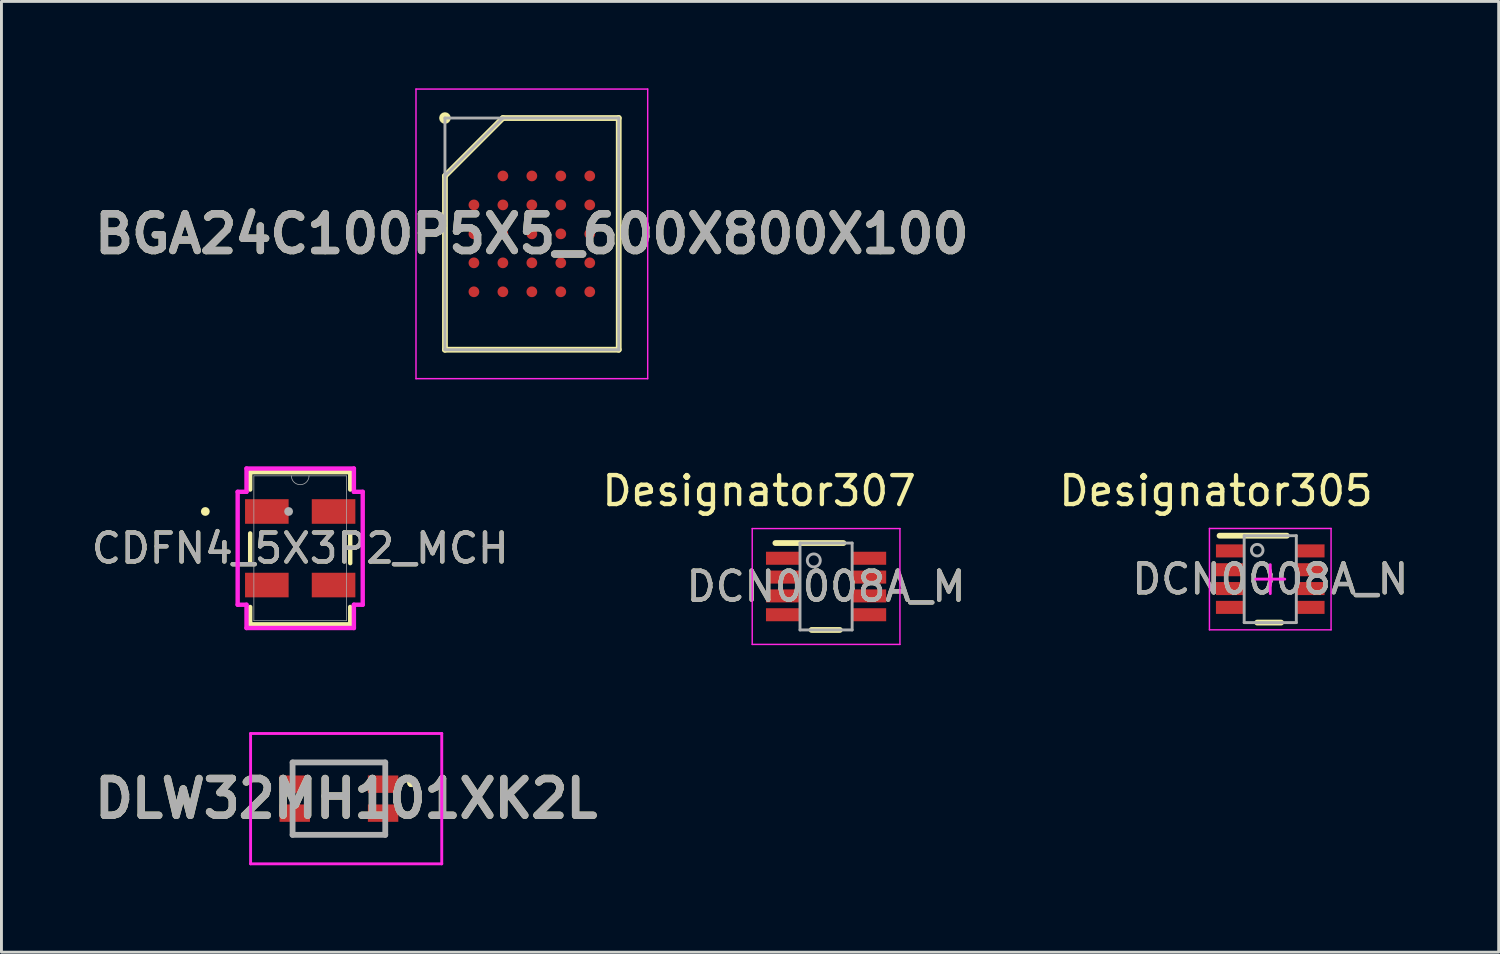
<source format=kicad_pcb>
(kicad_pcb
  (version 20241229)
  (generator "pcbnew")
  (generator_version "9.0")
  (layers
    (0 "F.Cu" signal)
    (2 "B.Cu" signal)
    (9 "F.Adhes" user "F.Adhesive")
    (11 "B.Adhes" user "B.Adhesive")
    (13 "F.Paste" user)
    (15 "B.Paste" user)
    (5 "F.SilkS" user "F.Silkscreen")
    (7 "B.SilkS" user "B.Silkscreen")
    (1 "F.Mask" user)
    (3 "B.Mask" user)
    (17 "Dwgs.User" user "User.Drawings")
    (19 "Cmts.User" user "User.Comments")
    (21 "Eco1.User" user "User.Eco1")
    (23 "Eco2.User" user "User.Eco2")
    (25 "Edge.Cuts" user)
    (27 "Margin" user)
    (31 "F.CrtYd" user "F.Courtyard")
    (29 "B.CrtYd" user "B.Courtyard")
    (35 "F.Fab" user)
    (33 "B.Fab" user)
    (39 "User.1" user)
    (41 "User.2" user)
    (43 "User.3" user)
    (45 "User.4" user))
  (footprint "CDFN4_5X3P2_MCH"
    (layer "F.Cu")
    (at 7.315 15.88)
    (property "Reference" "CDFN4_5X3P2_MCH" (at 0 0 0) (unlocked yes) (layer "F.SilkS") (effects (font (size 1 1) (thickness 0.15))))
    (attr smd)
    (fp_line (start -1.727 -2.627) (end -1.727 -2.027) (stroke (width 0.152) (type solid)) (layer "F.SilkS"))
    (fp_line (start -1.727 -0.513) (end -1.727 0.513) (stroke (width 0.152) (type solid)) (layer "F.SilkS"))
    (fp_line (start -1.727 2.027) (end -1.727 2.627) (stroke (width 0.152) (type solid)) (layer "F.SilkS"))
    (fp_line (start -1.727 2.627) (end 1.727 2.627) (stroke (width 0.152) (type solid)) (layer "F.SilkS"))
    (fp_line (start 1.727 -2.627) (end -1.727 -2.627) (stroke (width 0.152) (type solid)) (layer "F.SilkS"))
    (fp_line (start 1.727 -2.027) (end 1.727 -2.627) (stroke (width 0.152) (type solid)) (layer "F.SilkS"))
    (fp_line (start 1.727 0.513) (end 1.727 -0.513) (stroke (width 0.152) (type solid)) (layer "F.SilkS"))
    (fp_line (start 1.727 2.627) (end 1.727 2.027) (stroke (width 0.152) (type solid)) (layer "F.SilkS"))
    (fp_circle (center -3.276 -1.27) (end -3.2 -1.27) (stroke (width 0.152) (type solid)) (fill no) (layer "F.SilkS"))
    (fp_line (start -2.159 -1.949) (end -1.854 -1.949) (stroke (width 0.152) (type solid)) (layer "F.CrtYd"))
    (fp_line (start -2.159 1.949) (end -2.159 -1.949) (stroke (width 0.152) (type solid)) (layer "F.CrtYd"))
    (fp_line (start -2.159 1.949) (end -1.854 1.949) (stroke (width 0.152) (type solid)) (layer "F.CrtYd"))
    (fp_line (start -1.854 -2.754) (end 1.854 -2.754) (stroke (width 0.152) (type solid)) (layer "F.CrtYd"))
    (fp_line (start -1.854 -1.949) (end -1.854 -2.754) (stroke (width 0.152) (type solid)) (layer "F.CrtYd"))
    (fp_line (start -1.854 2.754) (end -1.854 1.949) (stroke (width 0.152) (type solid)) (layer "F.CrtYd"))
    (fp_line (start 1.854 -2.754) (end 1.854 -1.949) (stroke (width 0.152) (type solid)) (layer "F.CrtYd"))
    (fp_line (start 1.854 1.949) (end 1.854 2.754) (stroke (width 0.152) (type solid)) (layer "F.CrtYd"))
    (fp_line (start 1.854 2.754) (end -1.854 2.754) (stroke (width 0.152) (type solid)) (layer "F.CrtYd"))
    (fp_line (start 2.159 -1.949) (end 1.854 -1.949) (stroke (width 0.152) (type solid)) (layer "F.CrtYd"))
    (fp_line (start 2.159 -1.949) (end 2.159 1.949) (stroke (width 0.152) (type solid)) (layer "F.CrtYd"))
    (fp_line (start 2.159 1.949) (end 1.854 1.949) (stroke (width 0.152) (type solid)) (layer "F.CrtYd"))
    (fp_line (start -1.6 -2.5) (end -1.6 2.5) (stroke (width 0.025) (type solid)) (layer "F.Fab"))
    (fp_line (start -1.6 2.5) (end 1.6 2.5) (stroke (width 0.025) (type solid)) (layer "F.Fab"))
    (fp_line (start 1.6 -2.5) (end -1.6 -2.5) (stroke (width 0.025) (type solid)) (layer "F.Fab"))
    (fp_line (start 1.6 2.5) (end 1.6 -2.5) (stroke (width 0.025) (type solid)) (layer "F.Fab"))
    (fp_arc (start 0.3048 -2.5) (mid 0 -2.1952) (end -0.3048 -2.5) (stroke (width 0.0254) (type solid)) (layer "F.Fab"))
    (fp_circle (center -0.4 -1.27) (end -0.4 -1.27) (stroke (width 0.152) (type solid)) (fill no) (layer "F.Fab"))
    (fp_text user "${REFERENCE}" (at 0 0 0) (unlocked yes) (layer "F.Fab") (effects (font (size 1 1) (thickness 0.15))))
    (pad "1" smd rect (at -1.152 -1.27) (size 1.505 0.849) (layers "F.Cu" "F.Mask" "F.Paste"))
    (pad "2" smd rect (at -1.152 1.27) (size 1.505 0.849) (layers "F.Cu" "F.Mask" "F.Paste"))
    (pad "3" smd rect (at 1.152 1.27) (size 1.505 0.849) (layers "F.Cu" "F.Mask" "F.Paste"))
    (pad "4" smd rect (at 1.152 -1.27) (size 1.505 0.849) (layers "F.Cu" "F.Mask" "F.Paste")))
  (footprint "BGA24C100P5X5_600X800X100"
    (layer "F.Cu")
    (at 15.313 5.025)
    (property "Reference" "BGA24C100P5X5_600X800X100" (at 0 0 0) (layer "F.SilkS") (effects (font (size 1.27 1.27) (thickness 0.254))))
    (attr smd)
    (fp_line (start -3 -2) (end -1 -4) (stroke (width 0.2) (type solid)) (layer "F.SilkS"))
    (fp_line (start -3 4) (end -3 -2) (stroke (width 0.2) (type solid)) (layer "F.SilkS"))
    (fp_line (start -1 -4) (end 3 -4) (stroke (width 0.2) (type solid)) (layer "F.SilkS"))
    (fp_line (start 3 -4) (end 3 4) (stroke (width 0.2) (type solid)) (layer "F.SilkS"))
    (fp_line (start 3 4) (end -3 4) (stroke (width 0.2) (type solid)) (layer "F.SilkS"))
    (fp_circle (center -3 -4) (end -3 -3.9) (stroke (width 0.2) (type solid)) (fill no) (layer "F.SilkS"))
    (fp_line (start -4 -5) (end 4 -5) (stroke (width 0.05) (type solid)) (layer "F.CrtYd"))
    (fp_line (start -4 5) (end -4 -5) (stroke (width 0.05) (type solid)) (layer "F.CrtYd"))
    (fp_line (start 4 -5) (end 4 5) (stroke (width 0.05) (type solid)) (layer "F.CrtYd"))
    (fp_line (start 4 5) (end -4 5) (stroke (width 0.05) (type solid)) (layer "F.CrtYd"))
    (fp_line (start -3 -4) (end 3 -4) (stroke (width 0.1) (type solid)) (layer "F.Fab"))
    (fp_line (start -3 -2) (end -1 -4) (stroke (width 0.1) (type solid)) (layer "F.Fab"))
    (fp_line (start -3 4) (end -3 -4) (stroke (width 0.1) (type solid)) (layer "F.Fab"))
    (fp_line (start 3 -4) (end 3 4) (stroke (width 0.1) (type solid)) (layer "F.Fab"))
    (fp_line (start 3 4) (end -3 4) (stroke (width 0.1) (type solid)) (layer "F.Fab"))
    (fp_text user "${REFERENCE}" (at 0 0 0) (layer "F.Fab") (effects (font (size 1.27 1.27) (thickness 0.254))))
    (pad "A2" smd circle (at -1 -2 90) (size 0.37 0.37) (layers "F.Cu" "F.Mask" "F.Paste"))
    (pad "A3" smd circle (at 0 -2 90) (size 0.37 0.37) (layers "F.Cu" "F.Mask" "F.Paste"))
    (pad "A4" smd circle (at 1 -2 90) (size 0.37 0.37) (layers "F.Cu" "F.Mask" "F.Paste"))
    (pad "A5" smd circle (at 2 -2 90) (size 0.37 0.37) (layers "F.Cu" "F.Mask" "F.Paste"))
    (pad "B1" smd circle (at -2 -1 90) (size 0.37 0.37) (layers "F.Cu" "F.Mask" "F.Paste"))
    (pad "B2" smd circle (at -1 -1 90) (size 0.37 0.37) (layers "F.Cu" "F.Mask" "F.Paste"))
    (pad "B3" smd circle (at 0 -1 90) (size 0.37 0.37) (layers "F.Cu" "F.Mask" "F.Paste"))
    (pad "B4" smd circle (at 1 -1 90) (size 0.37 0.37) (layers "F.Cu" "F.Mask" "F.Paste"))
    (pad "B5" smd circle (at 2 -1 90) (size 0.37 0.37) (layers "F.Cu" "F.Mask" "F.Paste"))
    (pad "C1" smd circle (at -2 0 90) (size 0.37 0.37) (layers "F.Cu" "F.Mask" "F.Paste"))
    (pad "C2" smd circle (at -1 0 90) (size 0.37 0.37) (layers "F.Cu" "F.Mask" "F.Paste"))
    (pad "C3" smd circle (at 0 0 90) (size 0.37 0.37) (layers "F.Cu" "F.Mask" "F.Paste"))
    (pad "C4" smd circle (at 1 0 90) (size 0.37 0.37) (layers "F.Cu" "F.Mask" "F.Paste"))
    (pad "C5" smd circle (at 2 0 90) (size 0.37 0.37) (layers "F.Cu" "F.Mask" "F.Paste"))
    (pad "D1" smd circle (at -2 1 90) (size 0.37 0.37) (layers "F.Cu" "F.Mask" "F.Paste"))
    (pad "D2" smd circle (at -1 1 90) (size 0.37 0.37) (layers "F.Cu" "F.Mask" "F.Paste"))
    (pad "D3" smd circle (at 0 1 90) (size 0.37 0.37) (layers "F.Cu" "F.Mask" "F.Paste"))
    (pad "D4" smd circle (at 1 1 90) (size 0.37 0.37) (layers "F.Cu" "F.Mask" "F.Paste"))
    (pad "D5" smd circle (at 2 1 90) (size 0.37 0.37) (layers "F.Cu" "F.Mask" "F.Paste"))
    (pad "E1" smd circle (at -2 2 90) (size 0.37 0.37) (layers "F.Cu" "F.Mask" "F.Paste"))
    (pad "E2" smd circle (at -1 2 90) (size 0.37 0.37) (layers "F.Cu" "F.Mask" "F.Paste"))
    (pad "E3" smd circle (at 0 2 90) (size 0.37 0.37) (layers "F.Cu" "F.Mask" "F.Paste"))
    (pad "E4" smd circle (at 1 2 90) (size 0.37 0.37) (layers "F.Cu" "F.Mask" "F.Paste"))
    (pad "E5" smd circle (at 2 2 90) (size 0.37 0.37) (layers "F.Cu" "F.Mask" "F.Paste")))
  (footprint "DLW32MH101XK2L"
    (layer "F.Cu")
    (at 8.652 24.525)
    (property "Reference" "DLW32MH101XK2L" (at 0.25 0 0) (layer "F.SilkS") (effects (font (size 1.27 1.27) (thickness 0.254))))
    (attr smd)
    (fp_line (start 1.525 1.25) (end -1.525 1.25) (stroke (width 0.1) (type solid)) (layer "F.SilkS"))
    (fp_line (start 1.6 -1.25) (end -1.525 -1.25) (stroke (width 0.1) (type solid)) (layer "F.SilkS"))
    (fp_line (start 2.5 -0.6) (end 2.5 -0.6) (stroke (width 0.2) (type solid)) (layer "F.SilkS"))
    (fp_line (start 2.5 -0.5) (end 2.5 -0.5) (stroke (width 0.2) (type solid)) (layer "F.SilkS"))
    (fp_arc (start 2.5 -0.6) (mid 2.55 -0.55) (end 2.5 -0.5) (stroke (width 0.2) (type solid)) (layer "F.SilkS"))
    (fp_arc (start 2.5 -0.5) (mid 2.45 -0.55) (end 2.5 -0.6) (stroke (width 0.2) (type solid)) (layer "F.SilkS"))
    (fp_line (start -3.05 -2.25) (end -3.05 2.25) (stroke (width 0.1) (type solid)) (layer "F.CrtYd"))
    (fp_line (start -3.05 2.25) (end 3.55 2.25) (stroke (width 0.1) (type solid)) (layer "F.CrtYd"))
    (fp_line (start 3.55 -2.25) (end -3.05 -2.25) (stroke (width 0.1) (type solid)) (layer "F.CrtYd"))
    (fp_line (start 3.55 2.25) (end 3.55 -2.25) (stroke (width 0.1) (type solid)) (layer "F.CrtYd"))
    (fp_line (start -1.6 -1.25) (end -1.6 1.25) (stroke (width 0.2) (type solid)) (layer "F.Fab"))
    (fp_line (start -1.6 1.25) (end 1.6 1.25) (stroke (width 0.2) (type solid)) (layer "F.Fab"))
    (fp_line (start 1.6 -1.25) (end -1.6 -1.25) (stroke (width 0.2) (type solid)) (layer "F.Fab"))
    (fp_line (start 1.6 1.25) (end 1.6 -1.25) (stroke (width 0.2) (type solid)) (layer "F.Fab"))
    (fp_text user "${REFERENCE}" (at 0.25 0 0) (layer "F.Fab") (effects (font (size 1.27 1.27) (thickness 0.254))))
    (pad "1" smd rect (at 1.525 -0.5 90) (size 0.6 1.05) (layers "F.Cu" "F.Mask" "F.Paste"))
    (pad "2" smd rect (at -1.525 -0.5 90) (size 0.6 1.05) (layers "F.Cu" "F.Mask" "F.Paste"))
    (pad "3" smd rect (at -1.525 0.5 90) (size 0.6 1.05) (layers "F.Cu" "F.Mask" "F.Paste"))
    (pad "4" smd rect (at 1.525 0.5 90) (size 0.6 1.05) (layers "F.Cu" "F.Mask" "F.Paste")))
  (footprint "DCN0008A_M"
    (layer "F.Cu")
    (at 25.472 17.2)
    (property "Reference" "DCN0008A_M" (at 0 0 0) (unlocked yes) (layer "F.SilkS") (effects (font (size 1 1) (thickness 0.15))))
    (attr smd)
    (fp_line (start -1.75 -1.5) (end 0.6 -1.5) (stroke (width 0.2) (type solid)) (layer "F.SilkS"))
    (fp_line (start -0.5 1.5) (end 0.475 1.5) (stroke (width 0.2) (type solid)) (layer "F.SilkS"))
    (fp_line (start -2.55 -2) (end 2.55 -2) (stroke (width 0.05) (type solid)) (layer "F.CrtYd"))
    (fp_line (start -2.55 2) (end -2.55 -2) (stroke (width 0.05) (type solid)) (layer "F.CrtYd"))
    (fp_line (start -2.55 2) (end 2.55 2) (stroke (width 0.05) (type solid)) (layer "F.CrtYd"))
    (fp_line (start 2.55 2) (end 2.55 -2) (stroke (width 0.05) (type solid)) (layer "F.CrtYd"))
    (fp_line (start -0.9 -1.5) (end 0.9 -1.5) (stroke (width 0.1) (type solid)) (layer "F.Fab"))
    (fp_line (start -0.9 1.5) (end -0.9 -1.5) (stroke (width 0.1) (type solid)) (layer "F.Fab"))
    (fp_line (start -0.9 1.5) (end 0.9 1.5) (stroke (width 0.1) (type solid)) (layer "F.Fab"))
    (fp_line (start 0.9 1.5) (end 0.9 -1.5) (stroke (width 0.1) (type solid)) (layer "F.Fab"))
    (fp_circle (center -0.424 -0.9) (end -0.2 -0.9) (stroke (width 0.1) (type solid)) (fill no) (layer "F.Fab"))
    (fp_text user "Designator307" (at -2.311 -3.302 0) (unlocked yes) (layer "F.SilkS") (effects (font (size 1 1) (thickness 0.15))))
    (fp_text user "${REFERENCE}" (at 0 0 0) (unlocked yes) (layer "F.Fab") (effects (font (size 1 1) (thickness 0.15))))
    (pad "1" smd rect (at -1.475 -0.975 90) (size 0.45 1.2) (layers "F.Cu" "F.Mask" "F.Paste"))
    (pad "2" smd rect (at -1.475 -0.325 90) (size 0.45 1.2) (layers "F.Cu" "F.Mask" "F.Paste"))
    (pad "3" smd rect (at -1.475 0.325 90) (size 0.45 1.2) (layers "F.Cu" "F.Mask" "F.Paste"))
    (pad "4" smd rect (at -1.475 0.975 90) (size 0.45 1.2) (layers "F.Cu" "F.Mask" "F.Paste"))
    (pad "5" smd rect (at 1.475 0.975 90) (size 0.45 1.2) (layers "F.Cu" "F.Mask" "F.Paste"))
    (pad "6" smd rect (at 1.475 0.325 90) (size 0.45 1.2) (layers "F.Cu" "F.Mask" "F.Paste"))
    (pad "7" smd rect (at 1.475 -0.325 90) (size 0.45 1.2) (layers "F.Cu" "F.Mask" "F.Paste"))
    (pad "8" smd rect (at 1.475 -0.975 90) (size 0.45 1.2) (layers "F.Cu" "F.Mask" "F.Paste")))
  (footprint "DCN0008A_N"
    (layer "F.Cu")
    (at 40.808 16.946)
    (property "Reference" "DCN0008A_N" (at 0 0 0) (unlocked yes) (layer "F.SilkS") (effects (font (size 1 1) (thickness 0.15))))
    (attr smd)
    (fp_line (start -1.75 -1.5) (end 0.575 -1.5) (stroke (width 0.2) (type solid)) (layer "F.SilkS"))
    (fp_line (start -0.45 1.5) (end 0.375 1.5) (stroke (width 0.2) (type solid)) (layer "F.SilkS"))
    (fp_line (start -2.1 -1.75) (end 2.1 -1.75) (stroke (width 0.05) (type solid)) (layer "F.CrtYd"))
    (fp_line (start -2.1 1.75) (end -2.1 -1.75) (stroke (width 0.05) (type solid)) (layer "F.CrtYd"))
    (fp_line (start -2.1 1.75) (end 2.1 1.75) (stroke (width 0.05) (type solid)) (layer "F.CrtYd"))
    (fp_line (start -0.5 0) (end 0.5 0) (stroke (width 0.1) (type solid)) (layer "F.CrtYd"))
    (fp_line (start 0 0.5) (end 0 -0.5) (stroke (width 0.1) (type solid)) (layer "F.CrtYd"))
    (fp_line (start 2.1 1.75) (end 2.1 -1.75) (stroke (width 0.05) (type solid)) (layer "F.CrtYd"))
    (fp_line (start -0.9 -1.5) (end 0.9 -1.5) (stroke (width 0.1) (type solid)) (layer "F.Fab"))
    (fp_line (start -0.9 1.5) (end -0.9 -1.5) (stroke (width 0.1) (type solid)) (layer "F.Fab"))
    (fp_line (start -0.9 1.5) (end 0.9 1.5) (stroke (width 0.1) (type solid)) (layer "F.Fab"))
    (fp_line (start 0.9 1.5) (end 0.9 -1.5) (stroke (width 0.1) (type solid)) (layer "F.Fab"))
    (fp_circle (center -0.45 -1) (end -0.25 -1) (stroke (width 0.1) (type solid)) (fill no) (layer "F.Fab"))
    (fp_text user "Designator305" (at -1.872 -3.048 0) (unlocked yes) (layer "F.SilkS") (effects (font (size 1 1) (thickness 0.15))))
    (fp_text user "${REFERENCE}" (at 0 0 0) (unlocked yes) (layer "F.Fab") (effects (font (size 1 1) (thickness 0.15))))
    (pad "1" smd rect (at -1.375 -0.975 90) (size 0.45 1) (layers "F.Cu" "F.Mask" "F.Paste"))
    (pad "2" smd rect (at -1.375 -0.325 90) (size 0.45 1) (layers "F.Cu" "F.Mask" "F.Paste"))
    (pad "3" smd rect (at -1.375 0.325 90) (size 0.45 1) (layers "F.Cu" "F.Mask" "F.Paste"))
    (pad "4" smd rect (at -1.375 0.975 90) (size 0.45 1) (layers "F.Cu" "F.Mask" "F.Paste"))
    (pad "5" smd rect (at 1.375 0.975 90) (size 0.45 1) (layers "F.Cu" "F.Mask" "F.Paste"))
    (pad "6" smd rect (at 1.375 0.325 90) (size 0.45 1) (layers "F.Cu" "F.Mask" "F.Paste"))
    (pad "7" smd rect (at 1.375 -0.325 90) (size 0.45 1) (layers "F.Cu" "F.Mask" "F.Paste"))
    (pad "8" smd rect (at 1.375 -0.975 90) (size 0.45 1) (layers "F.Cu" "F.Mask" "F.Paste")))
  (gr_rect
    (start -3 -3)
    (end 48.695 29.825)
    (stroke (width 0.1) (type default))
    (fill no)
    (layer "Edge.Cuts")))
</source>
